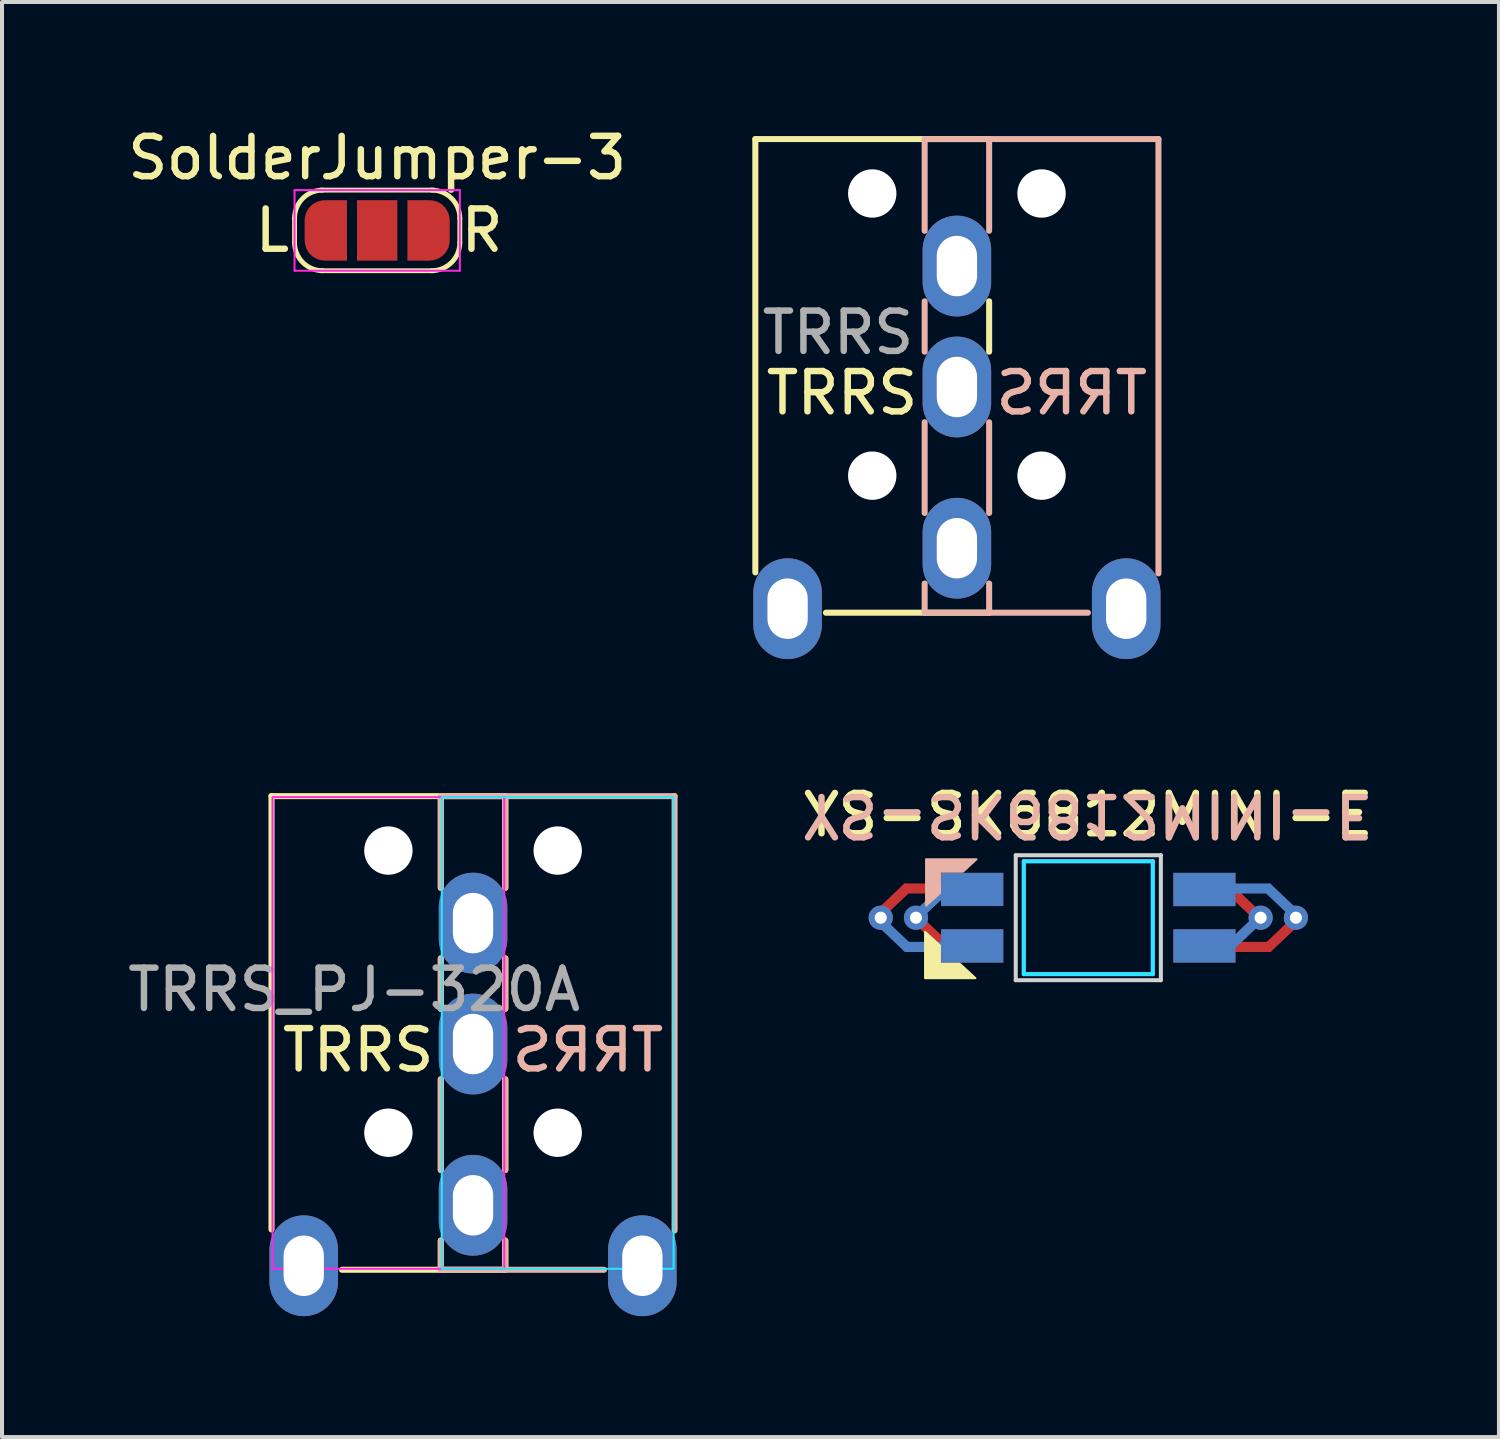
<source format=kicad_pcb>
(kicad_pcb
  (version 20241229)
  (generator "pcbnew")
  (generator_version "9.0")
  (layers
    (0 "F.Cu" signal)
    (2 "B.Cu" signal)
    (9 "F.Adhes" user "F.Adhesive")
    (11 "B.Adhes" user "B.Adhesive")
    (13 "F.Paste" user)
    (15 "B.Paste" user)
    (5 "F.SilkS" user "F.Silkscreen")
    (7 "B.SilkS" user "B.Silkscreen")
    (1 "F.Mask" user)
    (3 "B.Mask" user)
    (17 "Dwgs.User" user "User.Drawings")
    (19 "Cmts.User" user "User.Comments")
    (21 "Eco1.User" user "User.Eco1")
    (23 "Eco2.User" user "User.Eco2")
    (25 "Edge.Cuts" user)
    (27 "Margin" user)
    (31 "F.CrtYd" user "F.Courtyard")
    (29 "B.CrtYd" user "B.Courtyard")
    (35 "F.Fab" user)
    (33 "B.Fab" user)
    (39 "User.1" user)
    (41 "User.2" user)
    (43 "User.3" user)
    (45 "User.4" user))
  (footprint "SolderJumper-3"
    (layer "F.Cu")
    (at 6.307 2.666)
    (property "Reference" "SolderJumper-3" (at 0 -1.8 0) (layer "F.SilkS") (effects (font (size 1 1) (thickness 0.16))))
    (attr exclude_from_pos_files exclude_from_bom)
    (fp_line (start -2.05 0.3) (end -2.05 -0.3) (stroke (width 0.12) (type solid)) (layer "F.SilkS"))
    (fp_line (start -1.4 -1) (end 1.4 -1) (stroke (width 0.12) (type solid)) (layer "F.SilkS"))
    (fp_line (start 1.4 1) (end -1.4 1) (stroke (width 0.12) (type solid)) (layer "F.SilkS"))
    (fp_line (start 2.05 -0.3) (end 2.05 0.3) (stroke (width 0.12) (type solid)) (layer "F.SilkS"))
    (fp_arc (start -2.05 -0.3) (mid -1.844975 -0.794975) (end -1.35 -1) (stroke (width 0.12) (type solid)) (layer "F.SilkS"))
    (fp_arc (start -1.35 1) (mid -1.844975 0.794975) (end -2.05 0.3) (stroke (width 0.12) (type solid)) (layer "F.SilkS"))
    (fp_arc (start 1.35 -1) (mid 1.844975 -0.794975) (end 2.05 -0.3) (stroke (width 0.12) (type solid)) (layer "F.SilkS"))
    (fp_arc (start 2.05 0.3) (mid 1.844975 0.794975) (end 1.35 1) (stroke (width 0.12) (type solid)) (layer "F.SilkS"))
    (fp_line (start -2.05 -1) (end -2.05 1) (stroke (width 0.05) (type solid)) (layer "F.CrtYd"))
    (fp_line (start -2.05 -1) (end 2.05 -1) (stroke (width 0.05) (type solid)) (layer "F.CrtYd"))
    (fp_line (start 2.05 1) (end -2.05 1) (stroke (width 0.05) (type solid)) (layer "F.CrtYd"))
    (fp_line (start 2.05 1) (end 2.05 -1) (stroke (width 0.05) (type solid)) (layer "F.CrtYd"))
    (fp_text user "L" (at -2.6 0 0) (layer "F.SilkS") (effects (font (size 1 1) (thickness 0.16))))
    (fp_text user "R" (at 2.6 0 0) (layer "F.SilkS") (effects (font (size 1 1) (thickness 0.16))))
    (pad "1" smd custom (at -1.3 0) (size 1 0.5) (layers "F.Cu" "F.Mask") (options (anchor rect)) (primitives (gr_circle (center 0 0.25) (end 0.5 0.25) (width 0) (fill yes)) (gr_circle (center 0 -0.25) (end 0.5 -0.25) (width 0) (fill yes)) (gr_poly (pts (xy 0.55 0.75) (xy 0 0.75) (xy 0 -0.75) (xy 0.55 -0.75)) (width 0) (fill yes))))
    (pad "2" smd rect (at 0 0) (size 1 1.5) (layers "F.Cu" "F.Mask"))
    (pad "3" smd custom (at 1.3 0) (size 1 0.5) (layers "F.Cu" "F.Mask") (options (anchor rect)) (primitives (gr_circle (center 0 0.25) (end 0.5 0.25) (width 0) (fill yes)) (gr_circle (center 0 -0.25) (end 0.5 -0.25) (width 0) (fill yes)) (gr_poly (pts (xy 0 0.75) (xy -0.55 0.75) (xy -0.55 -0.75) (xy 0 -0.75)) (width 0) (fill yes)))))
  (footprint "TRRS"
    (layer "F.Cu")
    (at 18.588 0.25)
    (property "Reference" "TRRS" (at -0.85 4.95 0) (layer "F.Fab") (effects (font (size 1 1) (thickness 0.16))))
    (attr through_hole)
    (fp_line (start -2.9 0.15) (end 2.9 0.15) (stroke (width 0.15) (type solid)) (layer "F.SilkS"))
    (fp_line (start -2.9 10.9) (end -2.9 0.15) (stroke (width 0.15) (type solid)) (layer "F.SilkS"))
    (fp_line (start 2.9 4.175) (end 2.9 5.425) (stroke (width 0.15) (type default)) (layer "F.SilkS"))
    (fp_line (start 2.9 11.9) (end -1.15 11.9) (stroke (width 0.15) (type solid)) (layer "F.SilkS"))
    (fp_line (start 1.3 0.15) (end 1.3 2.425) (stroke (width 0.15) (type default)) (layer "B.SilkS"))
    (fp_line (start 1.3 0.15) (end 7.1 0.15) (stroke (width 0.15) (type solid)) (layer "B.SilkS"))
    (fp_line (start 1.3 4.175) (end 1.3 5.425) (stroke (width 0.15) (type default)) (layer "B.SilkS"))
    (fp_line (start 1.3 7.175) (end 1.3 9.425) (stroke (width 0.15) (type default)) (layer "B.SilkS"))
    (fp_line (start 1.3 11.175) (end 1.3 11.9) (stroke (width 0.15) (type default)) (layer "B.SilkS"))
    (fp_line (start 2.9 0.15) (end 2.9 2.425) (stroke (width 0.15) (type default)) (layer "B.SilkS"))
    (fp_line (start 2.9 7.175) (end 2.9 9.425) (stroke (width 0.15) (type default)) (layer "B.SilkS"))
    (fp_line (start 2.9 11.175) (end 2.9 11.9) (stroke (width 0.15) (type default)) (layer "B.SilkS"))
    (fp_line (start 5.35 11.9) (end 1.3 11.9) (stroke (width 0.15) (type solid)) (layer "B.SilkS"))
    (fp_line (start 7.1 0.15) (end 7.1 10.925) (stroke (width 0.15) (type solid)) (layer "B.SilkS"))
    (fp_text user "TRRS" (at -0.75 6.45 0) (layer "F.SilkS") (effects (font (size 1 1) (thickness 0.16))))
    (fp_text user "TRRS" (at 4.95 6.45 0) (layer "B.SilkS") (effects (font (size 1 1) (thickness 0.16)) (justify mirror)))
    (pad "" np_thru_hole circle (at 0 1.5) (size 1.2 1.2) (drill 1.2) (layers "*.Cu" "*.Mask"))
    (pad "" np_thru_hole circle (at 0 8.5) (size 1.2 1.2) (drill 1.2) (layers "*.Cu" "*.Mask"))
    (pad "" np_thru_hole circle (at 4.2 1.5) (size 1.2 1.2) (drill 1.2) (layers "*.Cu" "*.Mask"))
    (pad "" np_thru_hole circle (at 4.2 8.5) (size 1.2 1.2) (drill 1.2) (layers "*.Cu" "*.Mask"))
    (pad "1" thru_hole oval (at 2.1 10.3) (size 1.7 2.5) (drill oval 1 1.5) (layers "*.Cu" "*.Mask"))
    (pad "2" thru_hole oval (at 2.1 6.3) (size 1.7 2.5) (drill oval 1 1.5) (layers "*.Cu" "*.Mask"))
    (pad "3" thru_hole oval (at 2.1 3.3) (size 1.7 2.5) (drill oval 1 1.5) (layers "*.Cu" "*.Mask"))
    (pad "4" thru_hole oval (at -2.1 11.8) (size 1.7 2.5) (drill oval 1 1.5) (layers "*.Cu" "*.Mask"))
    (pad "4" thru_hole oval (at 6.3 11.8) (size 1.7 2.5) (drill oval 1 1.5) (layers "*.Cu" "*.Mask")))
  (footprint "YS-SK6812MINI-E"
    (layer "F.Cu")
    (at 23.948 19.716)
    (property "Reference" "YS-SK6812MINI-E" (at 0 -2.55 0) (layer "F.SilkS") (effects (font (size 1 1) (thickness 0.16))))
    (attr smd)
    (fp_poly (pts (xy -3.19 1.14) (xy -3.68 1.14) (xy -3.68 0.69) (xy -4.05 0.35) (xy -4.05 1.5) (xy -2.8 1.5)) (stroke (width 0.05) (type solid)) (fill yes) (layer "F.SilkS"))
    (fp_poly (pts (xy -3.11 -1.14) (xy -3.68 -1.14) (xy -3.68 -0.61) (xy -4.025 -0.3) (xy -4.025 -1.45) (xy -2.775 -1.45)) (stroke (width 0.05) (type solid)) (fill yes) (layer "B.SilkS"))
    (fp_line (start -1.8 -1.55) (end -1.8 1.55) (stroke (width 0.1) (type solid)) (layer "Edge.Cuts"))
    (fp_line (start -1.8 1.55) (end 1.8 1.55) (stroke (width 0.1) (type solid)) (layer "Edge.Cuts"))
    (fp_line (start 1.8 -1.55) (end -1.8 -1.55) (stroke (width 0.1) (type solid)) (layer "Edge.Cuts"))
    (fp_line (start 1.8 1.55) (end 1.8 -1.55) (stroke (width 0.1) (type solid)) (layer "Edge.Cuts"))
    (fp_line (start -1.6 -1.4) (end 1.6 -1.4) (stroke (width 0.1) (type solid)) (layer "B.CrtYd"))
    (fp_line (start -1.6 1.4) (end -1.6 -1.4) (stroke (width 0.1) (type solid)) (layer "B.CrtYd"))
    (fp_line (start -1.6 1.4) (end 1.6 1.4) (stroke (width 0.1) (type solid)) (layer "B.CrtYd"))
    (fp_line (start 1.6 1.4) (end 1.6 -1.4) (stroke (width 0.1) (type solid)) (layer "B.CrtYd"))
    (fp_line (start -1.6 -1.4) (end -1.6 1.4) (stroke (width 0.1) (type solid)) (layer "F.CrtYd"))
    (fp_line (start -1.6 -1.4) (end 1.6 -1.4) (stroke (width 0.1) (type solid)) (layer "F.CrtYd"))
    (fp_line (start -1.6 1.4) (end 1.6 1.4) (stroke (width 0.1) (type solid)) (layer "F.CrtYd"))
    (fp_line (start 1.6 -1.4) (end 1.6 1.4) (stroke (width 0.1) (type solid)) (layer "F.CrtYd"))
    (fp_text user "${REFERENCE}" (at 0 -3.125 180) (unlocked yes) (layer "B.SilkS") (effects (font (size 1 1) (thickness 0.16)) (justify bottom mirror)))
    (pad "1" smd rect (at 2.88 -0.7) (size 1.54 0.825) (layers "F.Cu" "F.Mask" "F.Paste"))
    (pad "1" smd rect (at 2.88 0.7 180) (size 1.54 0.825) (layers "B.Cu" "B.Mask" "B.Paste"))
    (pad "1" smd roundrect (at 3.8 -0.425 316.469) (size 0.9 0.25) (layers "F.Cu") (roundrect_rratio 0.25))
    (pad "1" smd roundrect (at 3.812 0.425 223.531) (size 0.9 0.25) (layers "B.Cu") (roundrect_rratio 0.25))
    (pad "1" thru_hole circle (at 4.275 0) (size 0.6 0.6) (drill 0.3) (layers "*.Cu"))
    (pad "2" smd rect (at 2.88 -0.7 180) (size 1.54 0.825) (layers "B.Cu" "B.Mask" "B.Paste"))
    (pad "2" smd rect (at 2.88 0.7) (size 1.54 0.825) (layers "F.Cu" "F.Mask" "F.Paste"))
    (pad "2" smd roundrect (at 4.037 -0.725) (size 1.025 0.25) (layers "B.Cu") (roundrect_rratio 0.25))
    (pad "2" smd roundrect (at 4.05 0.725 180) (size 1.025 0.25) (layers "F.Cu") (roundrect_rratio 0.25))
    (pad "2" smd roundrect (at 4.725 -0.475 316.469) (size 0.9 0.25) (layers "B.Cu") (roundrect_rratio 0.25))
    (pad "2" smd roundrect (at 4.737 0.475 223.531) (size 0.9 0.25) (layers "F.Cu") (roundrect_rratio 0.25))
    (pad "2" thru_hole circle (at 5.15 0) (size 0.6 0.6) (drill 0.3) (layers "*.Cu"))
    (pad "3" thru_hole circle (at -4.275 0) (size 0.6 0.6) (drill 0.3) (layers "*.Cu"))
    (pad "3" smd roundrect (at -3.85 -0.425 43.531) (size 0.9 0.25) (layers "B.Cu") (roundrect_rratio 0.25))
    (pad "3" smd roundrect (at -3.837 0.425 136.469) (size 0.9 0.25) (layers "F.Cu") (roundrect_rratio 0.25))
    (pad "3" smd rect (at -2.88 -0.701 180) (size 1.54 0.823) (layers "B.Cu" "B.Mask" "B.Paste"))
    (pad "3" smd rect (at -2.88 0.7) (size 1.54 0.825) (layers "F.Cu" "F.Mask" "F.Paste"))
    (pad "4" thru_hole circle (at -5.15 0) (size 0.6 0.6) (drill 0.3) (layers "*.Cu"))
    (pad "4" smd roundrect (at -4.775 -0.475 43.531) (size 0.9 0.25) (layers "F.Cu") (roundrect_rratio 0.25))
    (pad "4" smd roundrect (at -4.763 0.475 136.469) (size 0.9 0.25) (layers "B.Cu") (roundrect_rratio 0.25))
    (pad "4" smd roundrect (at -4.088 -0.725) (size 1.025 0.25) (layers "F.Cu") (roundrect_rratio 0.25))
    (pad "4" smd roundrect (at -4.075 0.725 180) (size 1.025 0.25) (layers "B.Cu") (roundrect_rratio 0.25))
    (pad "4" smd rect (at -2.88 -0.701) (size 1.54 0.823) (layers "F.Cu" "F.Mask" "F.Paste"))
    (pad "4" smd rect (at -2.88 0.7 180) (size 1.54 0.825) (layers "B.Cu" "B.Mask" "B.Paste")))
  (footprint "TRRS_PJ-320A"
    (layer "F.Cu")
    (at 6.585 16.55)
    (property "Reference" "TRRS_PJ-320A" (at -0.85 4.95 0) (layer "F.Fab") (effects (font (size 1 1) (thickness 0.16))))
    (attr through_hole)
    (fp_line (start -2.9 0.15) (end 2.9 0.15) (stroke (width 0.15) (type solid)) (layer "F.SilkS"))
    (fp_line (start -2.9 10.9) (end -2.9 0.15) (stroke (width 0.15) (type solid)) (layer "F.SilkS"))
    (fp_line (start 1.3 2.425) (end 1.3 0.15) (stroke (width 0.15) (type default)) (layer "F.SilkS"))
    (fp_line (start 1.3 5.425) (end 1.3 4.175) (stroke (width 0.15) (type default)) (layer "F.SilkS"))
    (fp_line (start 1.3 9.425) (end 1.3 7.175) (stroke (width 0.15) (type default)) (layer "F.SilkS"))
    (fp_line (start 1.3 11.9) (end 1.3 11.175) (stroke (width 0.15) (type default)) (layer "F.SilkS"))
    (fp_line (start 2.9 2.425) (end 2.9 0.15) (stroke (width 0.15) (type default)) (layer "F.SilkS"))
    (fp_line (start 2.9 5.425) (end 2.9 4.175) (stroke (width 0.15) (type default)) (layer "F.SilkS"))
    (fp_line (start 2.9 9.425) (end 2.9 7.175) (stroke (width 0.15) (type default)) (layer "F.SilkS"))
    (fp_line (start 2.9 11.9) (end -1.15 11.9) (stroke (width 0.15) (type solid)) (layer "F.SilkS"))
    (fp_line (start 2.9 11.9) (end 2.9 11.175) (stroke (width 0.15) (type default)) (layer "F.SilkS"))
    (fp_line (start 1.3 0.15) (end 1.3 2.425) (stroke (width 0.15) (type default)) (layer "B.SilkS"))
    (fp_line (start 1.3 0.15) (end 7.1 0.15) (stroke (width 0.15) (type solid)) (layer "B.SilkS"))
    (fp_line (start 1.3 4.175) (end 1.3 5.425) (stroke (width 0.15) (type default)) (layer "B.SilkS"))
    (fp_line (start 1.3 7.175) (end 1.3 9.425) (stroke (width 0.15) (type default)) (layer "B.SilkS"))
    (fp_line (start 1.3 11.175) (end 1.3 11.9) (stroke (width 0.15) (type default)) (layer "B.SilkS"))
    (fp_line (start 2.9 0.15) (end 2.9 2.425) (stroke (width 0.15) (type default)) (layer "B.SilkS"))
    (fp_line (start 2.9 4.175) (end 2.9 5.425) (stroke (width 0.15) (type default)) (layer "B.SilkS"))
    (fp_line (start 2.9 7.175) (end 2.9 9.425) (stroke (width 0.15) (type default)) (layer "B.SilkS"))
    (fp_line (start 2.9 11.175) (end 2.9 11.9) (stroke (width 0.15) (type default)) (layer "B.SilkS"))
    (fp_line (start 5.35 11.9) (end 1.3 11.9) (stroke (width 0.15) (type solid)) (layer "B.SilkS"))
    (fp_line (start 7.1 0.15) (end 7.1 10.925) (stroke (width 0.15) (type solid)) (layer "B.SilkS"))
    (fp_rect (start 1.325 0.175) (end 7.075 11.875) (stroke (width 0.05) (type default)) (fill no) (layer "B.CrtYd"))
    (fp_rect (start -2.875 0.175) (end 2.875 11.875) (stroke (width 0.05) (type default)) (fill no) (layer "F.CrtYd"))
    (fp_text user "TRRS" (at -0.75 6.45 0) (layer "F.SilkS") (effects (font (size 1 1) (thickness 0.16))))
    (fp_text user "TRRS" (at 4.95 6.45 0) (layer "B.SilkS") (effects (font (size 1 1) (thickness 0.16)) (justify mirror)))
    (pad "" np_thru_hole circle (at 0 1.5) (size 1.2 1.2) (drill 1.2) (layers "*.Cu" "*.Mask"))
    (pad "" np_thru_hole circle (at 0 8.5) (size 1.2 1.2) (drill 1.2) (layers "*.Cu" "*.Mask"))
    (pad "" np_thru_hole circle (at 4.2 1.5) (size 1.2 1.2) (drill 1.2) (layers "*.Cu" "*.Mask"))
    (pad "" np_thru_hole circle (at 4.2 8.5) (size 1.2 1.2) (drill 1.2) (layers "*.Cu" "*.Mask"))
    (pad "1" thru_hole oval (at 2.1 10.3) (size 1.7 2.5) (drill oval 1 1.5) (layers "*.Cu" "*.Mask"))
    (pad "2" thru_hole oval (at 2.1 6.3) (size 1.7 2.5) (drill oval 1 1.5) (layers "*.Cu" "*.Mask"))
    (pad "3" thru_hole oval (at 2.1 3.3) (size 1.7 2.5) (drill oval 1 1.5) (layers "*.Cu" "*.Mask"))
    (pad "4" thru_hole oval (at -2.1 11.8) (size 1.7 2.5) (drill oval 1 1.5) (layers "*.Cu" "*.Mask"))
    (pad "4" thru_hole oval (at 6.3 11.8) (size 1.7 2.5) (drill oval 1 1.5) (layers "*.Cu" "*.Mask")))
  (gr_rect
    (start -3 -3)
    (end 34.135 32.6)
    (stroke (width 0.1) (type default))
    (fill no)
    (layer "Edge.Cuts")))
</source>
